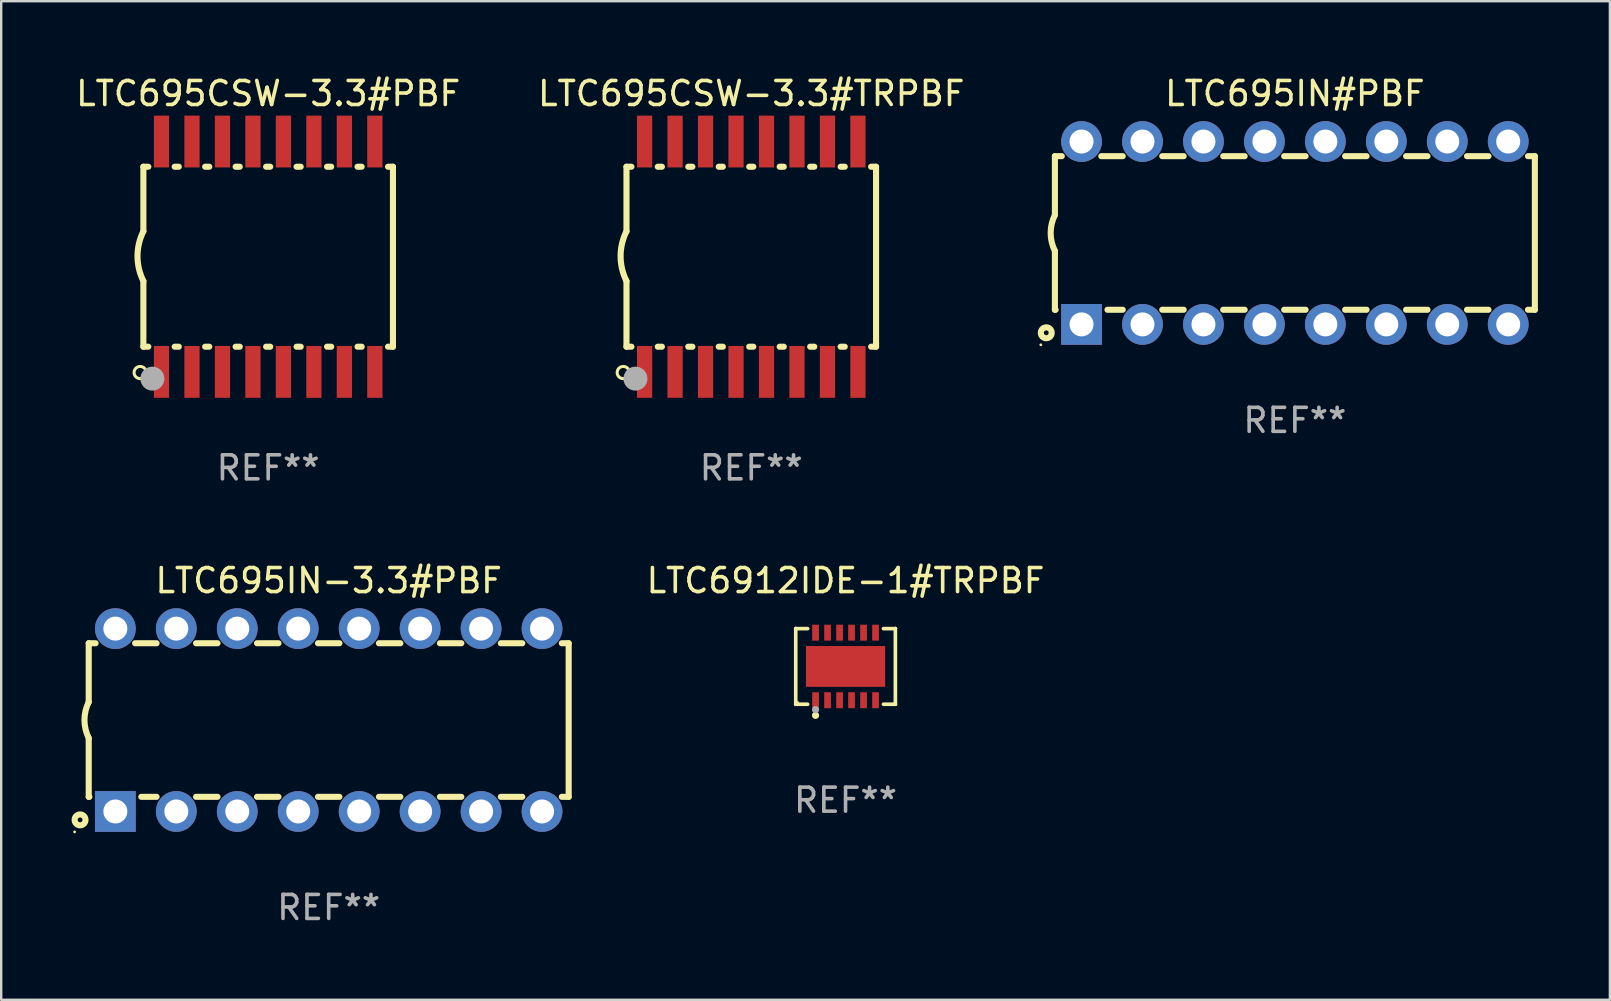
<source format=kicad_pcb>
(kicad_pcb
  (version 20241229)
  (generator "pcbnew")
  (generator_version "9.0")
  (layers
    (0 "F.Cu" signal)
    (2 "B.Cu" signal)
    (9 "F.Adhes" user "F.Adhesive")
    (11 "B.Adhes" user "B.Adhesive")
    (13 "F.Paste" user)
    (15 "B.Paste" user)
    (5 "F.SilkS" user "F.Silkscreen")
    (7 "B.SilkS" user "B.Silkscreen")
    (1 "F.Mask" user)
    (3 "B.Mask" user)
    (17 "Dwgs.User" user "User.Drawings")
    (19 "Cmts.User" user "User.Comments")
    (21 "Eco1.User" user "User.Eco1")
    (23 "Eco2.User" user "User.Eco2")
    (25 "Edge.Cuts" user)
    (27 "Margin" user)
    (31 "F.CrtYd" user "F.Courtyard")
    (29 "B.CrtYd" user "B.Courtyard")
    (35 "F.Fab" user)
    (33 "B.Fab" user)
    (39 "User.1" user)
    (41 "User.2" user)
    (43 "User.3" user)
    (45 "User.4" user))
  (footprint "LTC6912IDE-1#TRPBF"
    (layer "F.Cu")
    (at 32.185 24.721)
    (property "Reference" "LTC6912IDE-1#TRPBF" (at 0 -3.576 0) (layer "F.SilkS") (effects (font (size 1 1) (thickness 0.15))))
    (attr through_hole)
    (fp_line (start -2.076 -1.576) (end -2.076 -1.576) (stroke (width 0.152) (type solid)) (layer "F.SilkS"))
    (fp_line (start -2.076 -1.576) (end -1.58 -1.576) (stroke (width 0.152) (type solid)) (layer "F.SilkS"))
    (fp_line (start -2.076 1.576) (end -2.076 -1.576) (stroke (width 0.152) (type solid)) (layer "F.SilkS"))
    (fp_line (start -2.076 1.576) (end -2.076 1.576) (stroke (width 0.152) (type solid)) (layer "F.SilkS"))
    (fp_line (start -1.58 1.576) (end -2.076 1.576) (stroke (width 0.152) (type solid)) (layer "F.SilkS"))
    (fp_line (start 1.58 1.576) (end 2.076 1.576) (stroke (width 0.152) (type solid)) (layer "F.SilkS"))
    (fp_line (start 2.076 -1.576) (end 1.58 -1.576) (stroke (width 0.152) (type solid)) (layer "F.SilkS"))
    (fp_line (start 2.076 -1.576) (end 2.076 -1.576) (stroke (width 0.152) (type solid)) (layer "F.SilkS"))
    (fp_line (start 2.076 1.576) (end 2.076 -1.576) (stroke (width 0.152) (type solid)) (layer "F.SilkS"))
    (fp_line (start 2.076 1.576) (end 2.076 1.576) (stroke (width 0.152) (type solid)) (layer "F.SilkS"))
    (fp_circle (center -2 1.5) (end -1.97 1.5) (stroke (width 0.06) (type solid)) (fill no) (layer "F.SilkS"))
    (fp_circle (center -1.25 2.04) (end -1.175 2.04) (stroke (width 0.15) (type solid)) (fill no) (layer "F.SilkS"))
    (fp_circle (center -1.25 1.8) (end -1.175 1.8) (stroke (width 0.15) (type solid)) (fill no) (layer "F.Fab"))
    (fp_text user "REF**" (at 0 5.576 0) (layer "F.Fab") (effects (font (size 1 1) (thickness 0.15))))
    (pad "1" smd rect (at -1.25 1.407) (size 0.28 0.665) (layers "F.Cu" "F.Mask" "F.Paste"))
    (pad "2" smd rect (at -0.75 1.407) (size 0.28 0.665) (layers "F.Cu" "F.Mask" "F.Paste"))
    (pad "3" smd rect (at -0.25 1.407) (size 0.28 0.665) (layers "F.Cu" "F.Mask" "F.Paste"))
    (pad "4" smd rect (at 0.25 1.407) (size 0.28 0.665) (layers "F.Cu" "F.Mask" "F.Paste"))
    (pad "5" smd rect (at 0.75 1.407) (size 0.28 0.665) (layers "F.Cu" "F.Mask" "F.Paste"))
    (pad "6" smd rect (at 1.25 1.407) (size 0.28 0.665) (layers "F.Cu" "F.Mask" "F.Paste"))
    (pad "7" smd rect (at 1.25 -1.407) (size 0.28 0.665) (layers "F.Cu" "F.Mask" "F.Paste"))
    (pad "8" smd rect (at 0.75 -1.407) (size 0.28 0.665) (layers "F.Cu" "F.Mask" "F.Paste"))
    (pad "9" smd rect (at 0.25 -1.407) (size 0.28 0.665) (layers "F.Cu" "F.Mask" "F.Paste"))
    (pad "10" smd rect (at -0.25 -1.407) (size 0.28 0.665) (layers "F.Cu" "F.Mask" "F.Paste"))
    (pad "11" smd rect (at -0.75 -1.407) (size 0.28 0.665) (layers "F.Cu" "F.Mask" "F.Paste"))
    (pad "12" smd rect (at -1.25 -1.407) (size 0.28 0.665) (layers "F.Cu" "F.Mask" "F.Paste"))
    (pad "13" smd rect (at 0 0) (size 3.3 1.7) (layers "F.Cu" "F.Mask" "F.Paste")))
  (footprint "LTC695IN-3.3#PBF"
    (layer "F.Cu")
    (at 10.647 26.955)
    (property "Reference" "LTC695IN-3.3#PBF" (at 0 -5.81 0) (layer "F.SilkS") (effects (font (size 1 1) (thickness 0.15))))
    (attr through_hole)
    (fp_line (start -10 -3.2) (end -10 -0.75) (stroke (width 0.254) (type solid)) (layer "F.SilkS"))
    (fp_line (start -10 -3.2) (end -9.713 -3.2) (stroke (width 0.254) (type solid)) (layer "F.SilkS"))
    (fp_line (start -10 3.2) (end -10 0.75) (stroke (width 0.254) (type solid)) (layer "F.SilkS"))
    (fp_line (start -10 3.2) (end -9.971 3.2) (stroke (width 0.254) (type solid)) (layer "F.SilkS"))
    (fp_line (start -8.067 -3.2) (end -7.173 -3.2) (stroke (width 0.254) (type solid)) (layer "F.SilkS"))
    (fp_line (start -7.809 3.2) (end -7.173 3.2) (stroke (width 0.254) (type solid)) (layer "F.SilkS"))
    (fp_line (start -5.527 3.2) (end -4.633 3.2) (stroke (width 0.254) (type solid)) (layer "F.SilkS"))
    (fp_line (start -5.527 -3.2) (end -4.633 -3.2) (stroke (width 0.254) (type solid)) (layer "F.SilkS"))
    (fp_line (start -2.987 3.2) (end -2.093 3.2) (stroke (width 0.254) (type solid)) (layer "F.SilkS"))
    (fp_line (start -2.987 -3.2) (end -2.093 -3.2) (stroke (width 0.254) (type solid)) (layer "F.SilkS"))
    (fp_line (start -0.447 3.2) (end 0.447 3.2) (stroke (width 0.254) (type solid)) (layer "F.SilkS"))
    (fp_line (start -0.447 -3.2) (end 0.447 -3.2) (stroke (width 0.254) (type solid)) (layer "F.SilkS"))
    (fp_line (start 2.093 3.2) (end 2.987 3.2) (stroke (width 0.254) (type solid)) (layer "F.SilkS"))
    (fp_line (start 2.093 -3.2) (end 2.987 -3.2) (stroke (width 0.254) (type solid)) (layer "F.SilkS"))
    (fp_line (start 4.633 3.2) (end 5.527 3.2) (stroke (width 0.254) (type solid)) (layer "F.SilkS"))
    (fp_line (start 4.633 -3.2) (end 5.527 -3.2) (stroke (width 0.254) (type solid)) (layer "F.SilkS"))
    (fp_line (start 7.173 3.2) (end 8.067 3.2) (stroke (width 0.254) (type solid)) (layer "F.SilkS"))
    (fp_line (start 7.173 -3.2) (end 8.067 -3.2) (stroke (width 0.254) (type solid)) (layer "F.SilkS"))
    (fp_line (start 9.713 3.2) (end 10 3.2) (stroke (width 0.254) (type solid)) (layer "F.SilkS"))
    (fp_line (start 9.713 -3.2) (end 10 -3.2) (stroke (width 0.254) (type solid)) (layer "F.SilkS"))
    (fp_line (start 10 -3.2) (end 10 3.2) (stroke (width 0.254) (type solid)) (layer "F.SilkS"))
    (fp_arc (start -10 0.748793) (mid -10.176918 -0.000607) (end -10.000025 -0.750013) (stroke (width 0.254001) (type solid)) (layer "F.SilkS"))
    (fp_circle (center -10.587 4.66) (end -10.557 4.66) (stroke (width 0.06) (type solid)) (fill no) (layer "F.SilkS"))
    (fp_circle (center -10.36 4.16) (end -10.26 4.16) (stroke (width 0.254) (type solid)) (fill no) (layer "F.SilkS"))
    (fp_text user "REF**" (at 0 7.81 0) (layer "F.Fab") (effects (font (size 1 1) (thickness 0.15))))
    (pad "1" thru_hole rect (at -8.89 3.81 90) (size 1.7 1.7) (drill 1) (layers "*.Cu" "*.Mask"))
    (pad "2" thru_hole circle (at -6.35 3.81) (size 1.7 1.7) (drill 1) (layers "*.Cu" "*.Mask"))
    (pad "3" thru_hole circle (at -3.81 3.81) (size 1.7 1.7) (drill 1) (layers "*.Cu" "*.Mask"))
    (pad "4" thru_hole circle (at -1.27 3.81) (size 1.7 1.7) (drill 1) (layers "*.Cu" "*.Mask"))
    (pad "5" thru_hole circle (at 1.27 3.81) (size 1.7 1.7) (drill 1) (layers "*.Cu" "*.Mask"))
    (pad "6" thru_hole circle (at 3.81 3.81) (size 1.7 1.7) (drill 1) (layers "*.Cu" "*.Mask"))
    (pad "7" thru_hole circle (at 6.35 3.81) (size 1.7 1.7) (drill 1) (layers "*.Cu" "*.Mask"))
    (pad "8" thru_hole circle (at 8.89 3.81) (size 1.7 1.7) (drill 1) (layers "*.Cu" "*.Mask"))
    (pad "9" thru_hole circle (at 8.89 -3.81) (size 1.7 1.7) (drill 1) (layers "*.Cu" "*.Mask"))
    (pad "10" thru_hole circle (at 6.35 -3.81) (size 1.7 1.7) (drill 1) (layers "*.Cu" "*.Mask"))
    (pad "11" thru_hole circle (at 3.81 -3.81) (size 1.7 1.7) (drill 1) (layers "*.Cu" "*.Mask"))
    (pad "12" thru_hole circle (at 1.27 -3.81) (size 1.7 1.7) (drill 1) (layers "*.Cu" "*.Mask"))
    (pad "13" thru_hole circle (at -1.27 -3.81) (size 1.7 1.7) (drill 1) (layers "*.Cu" "*.Mask"))
    (pad "14" thru_hole circle (at -3.81 -3.81) (size 1.7 1.7) (drill 1) (layers "*.Cu" "*.Mask"))
    (pad "15" thru_hole circle (at -6.35 -3.81) (size 1.7 1.7) (drill 1) (layers "*.Cu" "*.Mask"))
    (pad "16" thru_hole circle (at -8.89 -3.81) (size 1.7 1.7) (drill 1) (layers "*.Cu" "*.Mask")))
  (footprint "LTC695CSW-3.3#PBF"
    (layer "F.Cu")
    (at 8.125 7.648)
    (property "Reference" "LTC695CSW-3.3#PBF" (at 0 -6.8 0) (layer "F.SilkS") (effects (font (size 1 1) (thickness 0.15))))
    (attr through_hole)
    (fp_line (start -5.2 -3.75) (end -5.2 -1.06) (stroke (width 0.254) (type solid)) (layer "F.SilkS"))
    (fp_line (start -5.2 -3.75) (end -4.994 -3.75) (stroke (width 0.254) (type solid)) (layer "F.SilkS"))
    (fp_line (start -5.2 3.75) (end -5.2 1.016) (stroke (width 0.254) (type solid)) (layer "F.SilkS"))
    (fp_line (start -5.2 3.75) (end -4.994 3.75) (stroke (width 0.254) (type solid)) (layer "F.SilkS"))
    (fp_line (start -3.896 -3.75) (end -3.724 -3.75) (stroke (width 0.254) (type solid)) (layer "F.SilkS"))
    (fp_line (start -3.896 3.75) (end -3.724 3.75) (stroke (width 0.254) (type solid)) (layer "F.SilkS"))
    (fp_line (start -2.626 -3.75) (end -2.454 -3.75) (stroke (width 0.254) (type solid)) (layer "F.SilkS"))
    (fp_line (start -2.626 3.75) (end -2.454 3.75) (stroke (width 0.254) (type solid)) (layer "F.SilkS"))
    (fp_line (start -1.356 -3.75) (end -1.184 -3.75) (stroke (width 0.254) (type solid)) (layer "F.SilkS"))
    (fp_line (start -1.356 3.75) (end -1.184 3.75) (stroke (width 0.254) (type solid)) (layer "F.SilkS"))
    (fp_line (start -0.086 -3.75) (end 0.086 -3.75) (stroke (width 0.254) (type solid)) (layer "F.SilkS"))
    (fp_line (start -0.086 3.75) (end 0.086 3.75) (stroke (width 0.254) (type solid)) (layer "F.SilkS"))
    (fp_line (start 1.184 -3.75) (end 1.356 -3.75) (stroke (width 0.254) (type solid)) (layer "F.SilkS"))
    (fp_line (start 1.184 3.75) (end 1.356 3.75) (stroke (width 0.254) (type solid)) (layer "F.SilkS"))
    (fp_line (start 2.454 -3.75) (end 2.626 -3.75) (stroke (width 0.254) (type solid)) (layer "F.SilkS"))
    (fp_line (start 2.454 3.75) (end 2.626 3.75) (stroke (width 0.254) (type solid)) (layer "F.SilkS"))
    (fp_line (start 3.724 -3.75) (end 3.896 -3.75) (stroke (width 0.254) (type solid)) (layer "F.SilkS"))
    (fp_line (start 3.724 3.75) (end 3.896 3.75) (stroke (width 0.254) (type solid)) (layer "F.SilkS"))
    (fp_line (start 4.994 -3.75) (end 5.2 -3.75) (stroke (width 0.254) (type solid)) (layer "F.SilkS"))
    (fp_line (start 4.994 3.75) (end 5.2 3.75) (stroke (width 0.254) (type solid)) (layer "F.SilkS"))
    (fp_line (start 5.2 3.75) (end 5.2 -3.75) (stroke (width 0.254) (type solid)) (layer "F.SilkS"))
    (fp_arc (start -5.199391 1.016002) (mid -5.444637 -0.021925) (end -5.2 -1.059995) (stroke (width 0.254001) (type solid)) (layer "F.SilkS"))
    (fp_circle (center -5.334 4.826) (end -5.08 4.826) (stroke (width 0.127) (type solid)) (fill no) (layer "F.SilkS"))
    (fp_circle (center -5.15 5.15) (end -5.12 5.15) (stroke (width 0.06) (type solid)) (fill no) (layer "F.SilkS"))
    (fp_circle (center -4.826 5.08) (end -4.576 5.08) (stroke (width 0.5) (type solid)) (fill no) (layer "F.Fab"))
    (fp_text user "REF**" (at 0 8.8 0) (layer "F.Fab") (effects (font (size 1 1) (thickness 0.15))))
    (pad "1" smd rect (at -4.445 4.8) (size 0.635 2.16) (layers "F.Cu" "F.Mask" "F.Paste"))
    (pad "2" smd rect (at -3.175 4.8) (size 0.635 2.16) (layers "F.Cu" "F.Mask" "F.Paste"))
    (pad "3" smd rect (at -1.905 4.8) (size 0.635 2.16) (layers "F.Cu" "F.Mask" "F.Paste"))
    (pad "4" smd rect (at -0.635 4.8) (size 0.635 2.16) (layers "F.Cu" "F.Mask" "F.Paste"))
    (pad "5" smd rect (at 0.635 4.8) (size 0.635 2.16) (layers "F.Cu" "F.Mask" "F.Paste"))
    (pad "6" smd rect (at 1.905 4.8) (size 0.635 2.16) (layers "F.Cu" "F.Mask" "F.Paste"))
    (pad "7" smd rect (at 3.175 4.8) (size 0.635 2.16) (layers "F.Cu" "F.Mask" "F.Paste"))
    (pad "8" smd rect (at 4.445 4.8) (size 0.635 2.16) (layers "F.Cu" "F.Mask" "F.Paste"))
    (pad "9" smd rect (at 4.445 -4.8) (size 0.635 2.16) (layers "F.Cu" "F.Mask" "F.Paste"))
    (pad "10" smd rect (at 3.175 -4.8) (size 0.635 2.16) (layers "F.Cu" "F.Mask" "F.Paste"))
    (pad "11" smd rect (at 1.905 -4.8) (size 0.635 2.16) (layers "F.Cu" "F.Mask" "F.Paste"))
    (pad "12" smd rect (at 0.635 -4.8) (size 0.635 2.16) (layers "F.Cu" "F.Mask" "F.Paste"))
    (pad "13" smd rect (at -0.635 -4.8) (size 0.635 2.16) (layers "F.Cu" "F.Mask" "F.Paste"))
    (pad "14" smd rect (at -1.905 -4.8) (size 0.635 2.16) (layers "F.Cu" "F.Mask" "F.Paste"))
    (pad "15" smd rect (at -3.175 -4.8) (size 0.635 2.16) (layers "F.Cu" "F.Mask" "F.Paste"))
    (pad "16" smd rect (at -4.445 -4.8) (size 0.635 2.16) (layers "F.Cu" "F.Mask" "F.Paste")))
  (footprint "LTC695IN#PBF"
    (layer "F.Cu")
    (at 50.909 6.658)
    (property "Reference" "LTC695IN#PBF" (at 0 -5.81 0) (layer "F.SilkS") (effects (font (size 1 1) (thickness 0.15))))
    (attr through_hole)
    (fp_line (start -10 -3.2) (end -10 -0.75) (stroke (width 0.254) (type solid)) (layer "F.SilkS"))
    (fp_line (start -10 -3.2) (end -9.713 -3.2) (stroke (width 0.254) (type solid)) (layer "F.SilkS"))
    (fp_line (start -10 3.2) (end -10 0.75) (stroke (width 0.254) (type solid)) (layer "F.SilkS"))
    (fp_line (start -10 3.2) (end -9.971 3.2) (stroke (width 0.254) (type solid)) (layer "F.SilkS"))
    (fp_line (start -8.067 -3.2) (end -7.173 -3.2) (stroke (width 0.254) (type solid)) (layer "F.SilkS"))
    (fp_line (start -7.809 3.2) (end -7.173 3.2) (stroke (width 0.254) (type solid)) (layer "F.SilkS"))
    (fp_line (start -5.527 3.2) (end -4.633 3.2) (stroke (width 0.254) (type solid)) (layer "F.SilkS"))
    (fp_line (start -5.527 -3.2) (end -4.633 -3.2) (stroke (width 0.254) (type solid)) (layer "F.SilkS"))
    (fp_line (start -2.987 3.2) (end -2.093 3.2) (stroke (width 0.254) (type solid)) (layer "F.SilkS"))
    (fp_line (start -2.987 -3.2) (end -2.093 -3.2) (stroke (width 0.254) (type solid)) (layer "F.SilkS"))
    (fp_line (start -0.447 3.2) (end 0.447 3.2) (stroke (width 0.254) (type solid)) (layer "F.SilkS"))
    (fp_line (start -0.447 -3.2) (end 0.447 -3.2) (stroke (width 0.254) (type solid)) (layer "F.SilkS"))
    (fp_line (start 2.093 3.2) (end 2.987 3.2) (stroke (width 0.254) (type solid)) (layer "F.SilkS"))
    (fp_line (start 2.093 -3.2) (end 2.987 -3.2) (stroke (width 0.254) (type solid)) (layer "F.SilkS"))
    (fp_line (start 4.633 3.2) (end 5.527 3.2) (stroke (width 0.254) (type solid)) (layer "F.SilkS"))
    (fp_line (start 4.633 -3.2) (end 5.527 -3.2) (stroke (width 0.254) (type solid)) (layer "F.SilkS"))
    (fp_line (start 7.173 3.2) (end 8.067 3.2) (stroke (width 0.254) (type solid)) (layer "F.SilkS"))
    (fp_line (start 7.173 -3.2) (end 8.067 -3.2) (stroke (width 0.254) (type solid)) (layer "F.SilkS"))
    (fp_line (start 9.713 3.2) (end 10 3.2) (stroke (width 0.254) (type solid)) (layer "F.SilkS"))
    (fp_line (start 9.713 -3.2) (end 10 -3.2) (stroke (width 0.254) (type solid)) (layer "F.SilkS"))
    (fp_line (start 10 -3.2) (end 10 3.2) (stroke (width 0.254) (type solid)) (layer "F.SilkS"))
    (fp_arc (start -10 0.748793) (mid -10.176918 -0.000607) (end -10.000025 -0.750013) (stroke (width 0.254001) (type solid)) (layer "F.SilkS"))
    (fp_circle (center -10.587 4.66) (end -10.557 4.66) (stroke (width 0.06) (type solid)) (fill no) (layer "F.SilkS"))
    (fp_circle (center -10.36 4.16) (end -10.26 4.16) (stroke (width 0.254) (type solid)) (fill no) (layer "F.SilkS"))
    (fp_text user "REF**" (at 0 7.81 0) (layer "F.Fab") (effects (font (size 1 1) (thickness 0.15))))
    (pad "1" thru_hole rect (at -8.89 3.81 90) (size 1.7 1.7) (drill 1) (layers "*.Cu" "*.Mask"))
    (pad "2" thru_hole circle (at -6.35 3.81) (size 1.7 1.7) (drill 1) (layers "*.Cu" "*.Mask"))
    (pad "3" thru_hole circle (at -3.81 3.81) (size 1.7 1.7) (drill 1) (layers "*.Cu" "*.Mask"))
    (pad "4" thru_hole circle (at -1.27 3.81) (size 1.7 1.7) (drill 1) (layers "*.Cu" "*.Mask"))
    (pad "5" thru_hole circle (at 1.27 3.81) (size 1.7 1.7) (drill 1) (layers "*.Cu" "*.Mask"))
    (pad "6" thru_hole circle (at 3.81 3.81) (size 1.7 1.7) (drill 1) (layers "*.Cu" "*.Mask"))
    (pad "7" thru_hole circle (at 6.35 3.81) (size 1.7 1.7) (drill 1) (layers "*.Cu" "*.Mask"))
    (pad "8" thru_hole circle (at 8.89 3.81) (size 1.7 1.7) (drill 1) (layers "*.Cu" "*.Mask"))
    (pad "9" thru_hole circle (at 8.89 -3.81) (size 1.7 1.7) (drill 1) (layers "*.Cu" "*.Mask"))
    (pad "10" thru_hole circle (at 6.35 -3.81) (size 1.7 1.7) (drill 1) (layers "*.Cu" "*.Mask"))
    (pad "11" thru_hole circle (at 3.81 -3.81) (size 1.7 1.7) (drill 1) (layers "*.Cu" "*.Mask"))
    (pad "12" thru_hole circle (at 1.27 -3.81) (size 1.7 1.7) (drill 1) (layers "*.Cu" "*.Mask"))
    (pad "13" thru_hole circle (at -1.27 -3.81) (size 1.7 1.7) (drill 1) (layers "*.Cu" "*.Mask"))
    (pad "14" thru_hole circle (at -3.81 -3.81) (size 1.7 1.7) (drill 1) (layers "*.Cu" "*.Mask"))
    (pad "15" thru_hole circle (at -6.35 -3.81) (size 1.7 1.7) (drill 1) (layers "*.Cu" "*.Mask"))
    (pad "16" thru_hole circle (at -8.89 -3.81) (size 1.7 1.7) (drill 1) (layers "*.Cu" "*.Mask")))
  (footprint "LTC695CSW-3.3#TRPBF"
    (layer "F.Cu")
    (at 28.256 7.648)
    (property "Reference" "LTC695CSW-3.3#TRPBF" (at 0 -6.8 0) (layer "F.SilkS") (effects (font (size 1 1) (thickness 0.15))))
    (attr through_hole)
    (fp_line (start -5.2 -3.75) (end -5.2 -1.06) (stroke (width 0.254) (type solid)) (layer "F.SilkS"))
    (fp_line (start -5.2 -3.75) (end -4.994 -3.75) (stroke (width 0.254) (type solid)) (layer "F.SilkS"))
    (fp_line (start -5.2 3.75) (end -5.2 1.016) (stroke (width 0.254) (type solid)) (layer "F.SilkS"))
    (fp_line (start -5.2 3.75) (end -4.994 3.75) (stroke (width 0.254) (type solid)) (layer "F.SilkS"))
    (fp_line (start -3.896 -3.75) (end -3.724 -3.75) (stroke (width 0.254) (type solid)) (layer "F.SilkS"))
    (fp_line (start -3.896 3.75) (end -3.724 3.75) (stroke (width 0.254) (type solid)) (layer "F.SilkS"))
    (fp_line (start -2.626 -3.75) (end -2.454 -3.75) (stroke (width 0.254) (type solid)) (layer "F.SilkS"))
    (fp_line (start -2.626 3.75) (end -2.454 3.75) (stroke (width 0.254) (type solid)) (layer "F.SilkS"))
    (fp_line (start -1.356 -3.75) (end -1.184 -3.75) (stroke (width 0.254) (type solid)) (layer "F.SilkS"))
    (fp_line (start -1.356 3.75) (end -1.184 3.75) (stroke (width 0.254) (type solid)) (layer "F.SilkS"))
    (fp_line (start -0.086 -3.75) (end 0.086 -3.75) (stroke (width 0.254) (type solid)) (layer "F.SilkS"))
    (fp_line (start -0.086 3.75) (end 0.086 3.75) (stroke (width 0.254) (type solid)) (layer "F.SilkS"))
    (fp_line (start 1.184 -3.75) (end 1.356 -3.75) (stroke (width 0.254) (type solid)) (layer "F.SilkS"))
    (fp_line (start 1.184 3.75) (end 1.356 3.75) (stroke (width 0.254) (type solid)) (layer "F.SilkS"))
    (fp_line (start 2.454 -3.75) (end 2.626 -3.75) (stroke (width 0.254) (type solid)) (layer "F.SilkS"))
    (fp_line (start 2.454 3.75) (end 2.626 3.75) (stroke (width 0.254) (type solid)) (layer "F.SilkS"))
    (fp_line (start 3.724 -3.75) (end 3.896 -3.75) (stroke (width 0.254) (type solid)) (layer "F.SilkS"))
    (fp_line (start 3.724 3.75) (end 3.896 3.75) (stroke (width 0.254) (type solid)) (layer "F.SilkS"))
    (fp_line (start 4.994 -3.75) (end 5.2 -3.75) (stroke (width 0.254) (type solid)) (layer "F.SilkS"))
    (fp_line (start 4.994 3.75) (end 5.2 3.75) (stroke (width 0.254) (type solid)) (layer "F.SilkS"))
    (fp_line (start 5.2 3.75) (end 5.2 -3.75) (stroke (width 0.254) (type solid)) (layer "F.SilkS"))
    (fp_arc (start -5.199391 1.016002) (mid -5.444637 -0.021925) (end -5.2 -1.059995) (stroke (width 0.254001) (type solid)) (layer "F.SilkS"))
    (fp_circle (center -5.334 4.826) (end -5.08 4.826) (stroke (width 0.127) (type solid)) (fill no) (layer "F.SilkS"))
    (fp_circle (center -5.15 5.15) (end -5.12 5.15) (stroke (width 0.06) (type solid)) (fill no) (layer "F.SilkS"))
    (fp_circle (center -4.826 5.08) (end -4.576 5.08) (stroke (width 0.5) (type solid)) (fill no) (layer "F.Fab"))
    (fp_text user "REF**" (at 0 8.8 0) (layer "F.Fab") (effects (font (size 1 1) (thickness 0.15))))
    (pad "1" smd rect (at -4.445 4.8) (size 0.635 2.16) (layers "F.Cu" "F.Mask" "F.Paste"))
    (pad "2" smd rect (at -3.175 4.8) (size 0.635 2.16) (layers "F.Cu" "F.Mask" "F.Paste"))
    (pad "3" smd rect (at -1.905 4.8) (size 0.635 2.16) (layers "F.Cu" "F.Mask" "F.Paste"))
    (pad "4" smd rect (at -0.635 4.8) (size 0.635 2.16) (layers "F.Cu" "F.Mask" "F.Paste"))
    (pad "5" smd rect (at 0.635 4.8) (size 0.635 2.16) (layers "F.Cu" "F.Mask" "F.Paste"))
    (pad "6" smd rect (at 1.905 4.8) (size 0.635 2.16) (layers "F.Cu" "F.Mask" "F.Paste"))
    (pad "7" smd rect (at 3.175 4.8) (size 0.635 2.16) (layers "F.Cu" "F.Mask" "F.Paste"))
    (pad "8" smd rect (at 4.445 4.8) (size 0.635 2.16) (layers "F.Cu" "F.Mask" "F.Paste"))
    (pad "9" smd rect (at 4.445 -4.8) (size 0.635 2.16) (layers "F.Cu" "F.Mask" "F.Paste"))
    (pad "10" smd rect (at 3.175 -4.8) (size 0.635 2.16) (layers "F.Cu" "F.Mask" "F.Paste"))
    (pad "11" smd rect (at 1.905 -4.8) (size 0.635 2.16) (layers "F.Cu" "F.Mask" "F.Paste"))
    (pad "12" smd rect (at 0.635 -4.8) (size 0.635 2.16) (layers "F.Cu" "F.Mask" "F.Paste"))
    (pad "13" smd rect (at -0.635 -4.8) (size 0.635 2.16) (layers "F.Cu" "F.Mask" "F.Paste"))
    (pad "14" smd rect (at -1.905 -4.8) (size 0.635 2.16) (layers "F.Cu" "F.Mask" "F.Paste"))
    (pad "15" smd rect (at -3.175 -4.8) (size 0.635 2.16) (layers "F.Cu" "F.Mask" "F.Paste"))
    (pad "16" smd rect (at -4.445 -4.8) (size 0.635 2.16) (layers "F.Cu" "F.Mask" "F.Paste")))
  (gr_rect
    (start -3 -3)
    (end 64.036 38.613)
    (stroke (width 0.1) (type default))
    (fill no)
    (layer "Edge.Cuts")))
</source>
